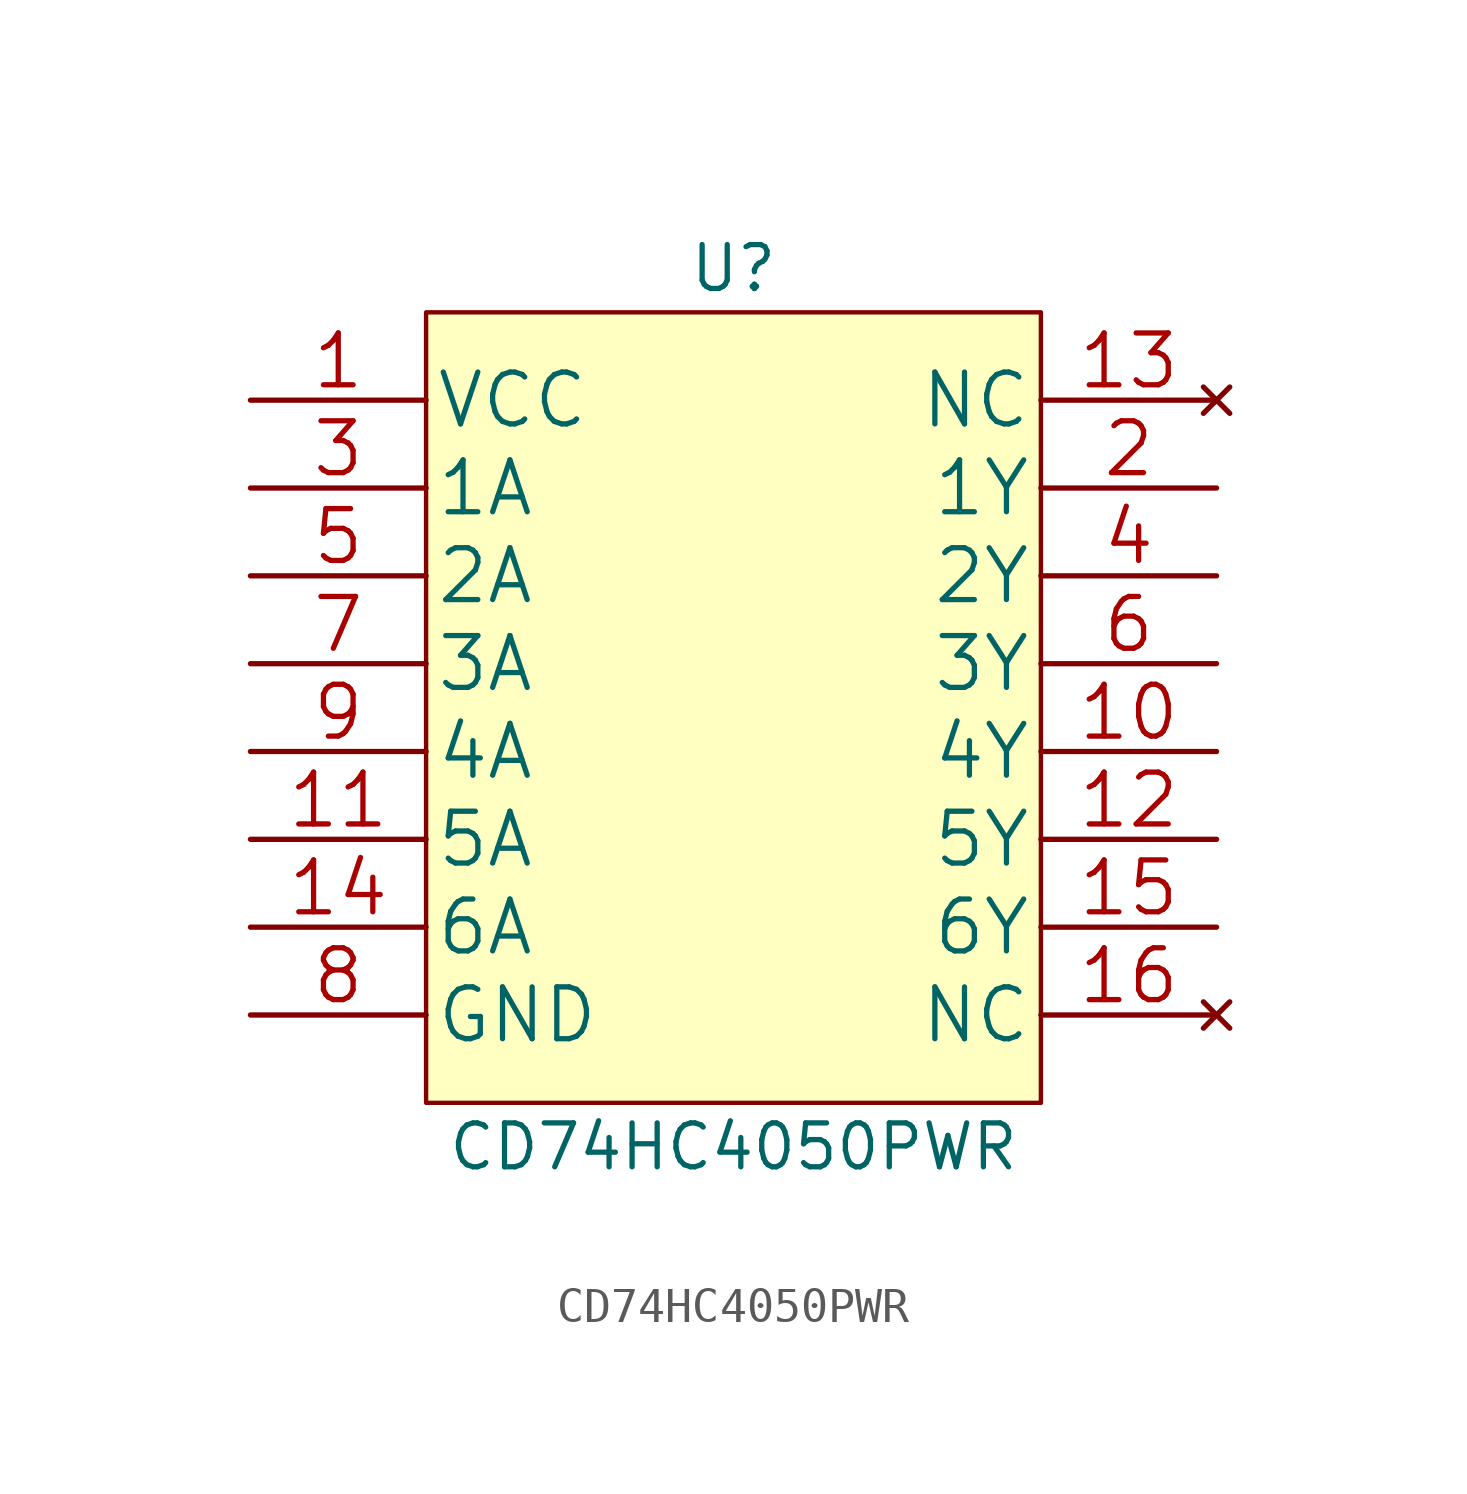
<source format=kicad_sym>
(kicad_symbol_lib
  (version 20211014)
  (generator kicad_symbol_editor)
  (symbol "CD74HC4050PWR"
    (pin_names
      (offset 0.254))
    (property "Reference" "U"
      (at 0 12.7 0)
      (effects (font (size 1.27 1.27))))
    (property "Value" "CD74HC4050PWR"
      (at 0 -12.7 0)
      (effects (font (size 1.27 1.27))))
    (symbol "CD74HC4050PWR_1_1"
      (rectangle (start -8.89 11.43) (end 8.89 -11.43) (stroke (width 0.127) (type default) (color 0 0 0 0)) (fill (type background)))
      (pin power_in line (at -13.97 8.89 0) (length 5.08) (name "VCC" (effects (font (size 1.499 1.499)))) (number "1" (effects (font (size 1.499 1.499)))))
      (pin output line (at 13.97 -1.27 180) (length 5.08) (name "4Y" (effects (font (size 1.499 1.499)))) (number "10" (effects (font (size 1.499 1.499)))))
      (pin input line (at -13.97 -3.81 0) (length 5.08) (name "5A" (effects (font (size 1.499 1.499)))) (number "11" (effects (font (size 1.499 1.499)))))
      (pin output line (at 13.97 -3.81 180) (length 5.08) (name "5Y" (effects (font (size 1.499 1.499)))) (number "12" (effects (font (size 1.499 1.499)))))
      (pin no_connect line (at 13.97 8.89 180) (length 5.08) (name "NC" (effects (font (size 1.499 1.499)))) (number "13" (effects (font (size 1.499 1.499)))))
      (pin input line (at -13.97 -6.35 0) (length 5.08) (name "6A" (effects (font (size 1.499 1.499)))) (number "14" (effects (font (size 1.499 1.499)))))
      (pin output line (at 13.97 -6.35 180) (length 5.08) (name "6Y" (effects (font (size 1.499 1.499)))) (number "15" (effects (font (size 1.499 1.499)))))
      (pin no_connect line (at 13.97 -8.89 180) (length 5.08) (name "NC" (effects (font (size 1.499 1.499)))) (number "16" (effects (font (size 1.499 1.499)))))
      (pin output line (at 13.97 6.35 180) (length 5.08) (name "1Y" (effects (font (size 1.499 1.499)))) (number "2" (effects (font (size 1.499 1.499)))))
      (pin input line (at -13.97 6.35 0) (length 5.08) (name "1A" (effects (font (size 1.499 1.499)))) (number "3" (effects (font (size 1.499 1.499)))))
      (pin output line (at 13.97 3.81 180) (length 5.08) (name "2Y" (effects (font (size 1.499 1.499)))) (number "4" (effects (font (size 1.499 1.499)))))
      (pin input line (at -13.97 3.81 0) (length 5.08) (name "2A" (effects (font (size 1.499 1.499)))) (number "5" (effects (font (size 1.499 1.499)))))
      (pin output line (at 13.97 1.27 180) (length 5.08) (name "3Y" (effects (font (size 1.499 1.499)))) (number "6" (effects (font (size 1.499 1.499)))))
      (pin input line (at -13.97 1.27 0) (length 5.08) (name "3A" (effects (font (size 1.499 1.499)))) (number "7" (effects (font (size 1.499 1.499)))))
      (pin power_in line (at -13.97 -8.89 0) (length 5.08) (name "GND" (effects (font (size 1.499 1.499)))) (number "8" (effects (font (size 1.499 1.499)))))
      (pin input line (at -13.97 -1.27 0) (length 5.08) (name "4A" (effects (font (size 1.499 1.499)))) (number "9" (effects (font (size 1.499 1.499))))))))
</source>
